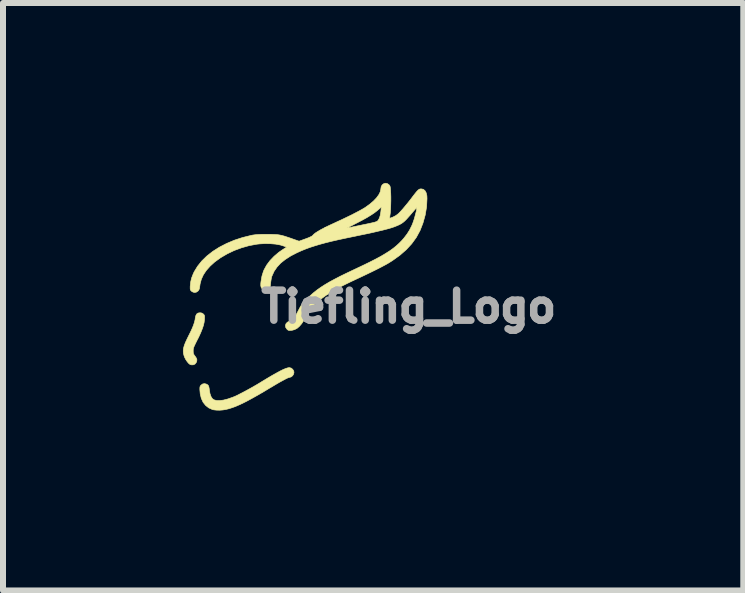
<source format=kicad_pcb>
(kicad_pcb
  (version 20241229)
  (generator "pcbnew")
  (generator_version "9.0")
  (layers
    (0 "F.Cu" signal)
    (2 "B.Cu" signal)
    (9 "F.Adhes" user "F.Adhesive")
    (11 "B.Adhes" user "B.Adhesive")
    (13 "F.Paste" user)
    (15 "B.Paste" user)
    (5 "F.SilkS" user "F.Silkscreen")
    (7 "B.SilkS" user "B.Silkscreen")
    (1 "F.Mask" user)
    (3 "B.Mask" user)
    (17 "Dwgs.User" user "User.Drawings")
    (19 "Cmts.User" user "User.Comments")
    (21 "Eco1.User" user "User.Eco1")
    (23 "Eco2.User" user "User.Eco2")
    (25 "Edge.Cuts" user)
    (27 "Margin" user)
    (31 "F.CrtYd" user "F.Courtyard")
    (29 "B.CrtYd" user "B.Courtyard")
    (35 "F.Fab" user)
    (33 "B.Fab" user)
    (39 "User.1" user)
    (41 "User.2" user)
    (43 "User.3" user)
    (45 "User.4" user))
  (footprint "Tiefling_Logo"
    (layer "F.Cu")
    (at 2.012 2.139)
    (property "Reference" "Tiefling_Logo" (at 1.753 -0.076 0) (layer "F.Fab") (effects (font (size 0.5 0.5) (thickness 0.125))))
    (attr through_hole)
    (fp_poly (pts (xy -1.697 0.03) (xy -1.674 0.044) (xy -1.671 0.047) (xy -1.66 0.059) (xy -1.654 0.071) (xy -1.651 0.087) (xy -1.652 0.113) (xy -1.653 0.138) (xy -1.659 0.187) (xy -1.671 0.238) (xy -1.69 0.294) (xy -1.716 0.359) (xy -1.75 0.433) (xy -1.777 0.485) (xy -1.801 0.533) (xy -1.818 0.569) (xy -1.83 0.596) (xy -1.837 0.617) (xy -1.84 0.636) (xy -1.841 0.655) (xy -1.841 0.66) (xy -1.84 0.69) (xy -1.835 0.712) (xy -1.822 0.734) (xy -1.81 0.749) (xy -1.788 0.782) (xy -1.779 0.81) (xy -1.783 0.837) (xy -1.79 0.854) (xy -1.812 0.881) (xy -1.842 0.894) (xy -1.876 0.893) (xy -1.897 0.885) (xy -1.918 0.868) (xy -1.942 0.839) (xy -1.965 0.805) (xy -1.984 0.768) (xy -1.994 0.741) (xy -2.004 0.701) (xy -2.007 0.662) (xy -2.003 0.62) (xy -1.991 0.575) (xy -1.971 0.522) (xy -1.942 0.46) (xy -1.922 0.419) (xy -1.885 0.345) (xy -1.856 0.282) (xy -1.835 0.229) (xy -1.82 0.183) (xy -1.81 0.142) (xy -1.807 0.118) (xy -1.798 0.075) (xy -1.783 0.046) (xy -1.76 0.03) (xy -1.727 0.025) (xy -1.697 0.03)) (stroke (width 0.01) (type solid)) (fill yes) (layer "F.SilkS"))
    (fp_poly (pts (xy -0.207 0.948) (xy -0.182 0.968) (xy -0.165 0.996) (xy -0.161 1.02) (xy -0.167 1.048) (xy -0.183 1.074) (xy -0.205 1.093) (xy -0.228 1.101) (xy -0.228 1.101) (xy -0.243 1.104) (xy -0.267 1.113) (xy -0.3 1.129) (xy -0.343 1.152) (xy -0.398 1.182) (xy -0.465 1.221) (xy -0.545 1.269) (xy -0.553 1.273) (xy -0.667 1.342) (xy -0.769 1.401) (xy -0.86 1.452) (xy -0.941 1.496) (xy -1.014 1.533) (xy -1.079 1.563) (xy -1.139 1.589) (xy -1.195 1.609) (xy -1.249 1.626) (xy -1.298 1.638) (xy -1.347 1.646) (xy -1.4 1.65) (xy -1.452 1.649) (xy -1.497 1.644) (xy -1.52 1.639) (xy -1.582 1.611) (xy -1.634 1.57) (xy -1.676 1.517) (xy -1.706 1.452) (xy -1.724 1.377) (xy -1.73 1.309) (xy -1.73 1.277) (xy -1.727 1.257) (xy -1.719 1.242) (xy -1.712 1.233) (xy -1.683 1.212) (xy -1.651 1.207) (xy -1.622 1.214) (xy -1.602 1.225) (xy -1.589 1.238) (xy -1.58 1.26) (xy -1.574 1.292) (xy -1.571 1.317) (xy -1.561 1.374) (xy -1.544 1.422) (xy -1.522 1.457) (xy -1.496 1.476) (xy -1.454 1.488) (xy -1.399 1.489) (xy -1.335 1.481) (xy -1.262 1.462) (xy -1.182 1.434) (xy -1.142 1.418) (xy -1.1 1.398) (xy -1.046 1.37) (xy -0.984 1.338) (xy -0.916 1.301) (xy -0.846 1.262) (xy -0.777 1.222) (xy -0.712 1.183) (xy -0.703 1.177) (xy -0.607 1.119) (xy -0.524 1.07) (xy -0.453 1.03) (xy -0.394 0.998) (xy -0.344 0.973) (xy -0.303 0.956) (xy -0.27 0.945) (xy -0.244 0.94) (xy -0.237 0.94) (xy -0.207 0.948)) (stroke (width 0.01) (type solid)) (fill yes) (layer "F.SilkS"))
    (fp_poly (pts (xy 1.394 -2.129) (xy 1.422 -2.11) (xy 1.431 -2.1) (xy 1.438 -2.089) (xy 1.443 -2.075) (xy 1.446 -2.054) (xy 1.449 -2.023) (xy 1.451 -1.978) (xy 1.452 -1.971) (xy 1.454 -1.908) (xy 1.454 -1.838) (xy 1.452 -1.767) (xy 1.449 -1.699) (xy 1.445 -1.639) (xy 1.439 -1.596) (xy 1.436 -1.571) (xy 1.435 -1.555) (xy 1.435 -1.551) (xy 1.443 -1.553) (xy 1.463 -1.56) (xy 1.49 -1.57) (xy 1.491 -1.571) (xy 1.538 -1.595) (xy 1.58 -1.627) (xy 1.586 -1.633) (xy 1.615 -1.663) (xy 1.652 -1.704) (xy 1.694 -1.754) (xy 1.74 -1.81) (xy 1.788 -1.871) (xy 1.831 -1.928) (xy 1.864 -1.97) (xy 1.89 -2.001) (xy 1.91 -2.021) (xy 1.928 -2.034) (xy 1.945 -2.039) (xy 1.96 -2.04) (xy 1.995 -2.033) (xy 2.023 -2.011) (xy 2.043 -1.975) (xy 2.055 -1.925) (xy 2.057 -1.878) (xy 2.05 -1.741) (xy 2.027 -1.604) (xy 1.99 -1.471) (xy 1.941 -1.345) (xy 1.939 -1.342) (xy 1.879 -1.231) (xy 1.802 -1.125) (xy 1.711 -1.026) (xy 1.603 -0.932) (xy 1.48 -0.844) (xy 1.408 -0.799) (xy 1.356 -0.77) (xy 1.29 -0.735) (xy 1.21 -0.694) (xy 1.118 -0.649) (xy 1.014 -0.599) (xy 0.901 -0.546) (xy 0.794 -0.496) (xy 0.7 -0.45) (xy 0.618 -0.409) (xy 0.545 -0.37) (xy 0.48 -0.332) (xy 0.421 -0.296) (xy 0.364 -0.258) (xy 0.31 -0.219) (xy 0.301 -0.212) (xy 0.239 -0.164) (xy 0.189 -0.12) (xy 0.148 -0.078) (xy 0.113 -0.035) (xy 0.08 0.015) (xy 0.048 0.072) (xy 0.047 0.076) (xy 0.006 0.149) (xy -0.033 0.208) (xy -0.071 0.252) (xy -0.109 0.285) (xy -0.15 0.306) (xy -0.194 0.318) (xy -0.208 0.319) (xy -0.235 0.321) (xy -0.253 0.318) (xy -0.268 0.309) (xy -0.279 0.298) (xy -0.299 0.269) (xy -0.303 0.238) (xy -0.294 0.208) (xy -0.271 0.183) (xy -0.236 0.165) (xy -0.224 0.162) (xy -0.205 0.155) (xy -0.187 0.144) (xy -0.169 0.127) (xy -0.15 0.101) (xy -0.129 0.066) (xy -0.103 0.018) (xy -0.083 -0.021) (xy -0.061 -0.063) (xy -0.042 -0.095) (xy -0.024 -0.122) (xy -0.002 -0.149) (xy 0.027 -0.179) (xy 0.059 -0.212) (xy 0.112 -0.262) (xy 0.166 -0.309) (xy 0.223 -0.354) (xy 0.285 -0.398) (xy 0.353 -0.442) (xy 0.429 -0.487) (xy 0.514 -0.533) (xy 0.61 -0.583) (xy 0.719 -0.636) (xy 0.841 -0.694) (xy 0.86 -0.703) (xy 0.987 -0.763) (xy 1.1 -0.818) (xy 1.2 -0.869) (xy 1.288 -0.916) (xy 1.365 -0.962) (xy 1.433 -1.005) (xy 1.493 -1.048) (xy 1.546 -1.091) (xy 1.594 -1.135) (xy 1.638 -1.18) (xy 1.672 -1.219) (xy 1.725 -1.288) (xy 1.767 -1.355) (xy 1.803 -1.427) (xy 1.816 -1.458) (xy 1.828 -1.491) (xy 1.842 -1.532) (xy 1.855 -1.578) (xy 1.867 -1.624) (xy 1.878 -1.666) (xy 1.885 -1.701) (xy 1.888 -1.724) (xy 1.888 -1.726) (xy 1.883 -1.724) (xy 1.869 -1.71) (xy 1.848 -1.687) (xy 1.822 -1.657) (xy 1.805 -1.637) (xy 1.772 -1.598) (xy 1.739 -1.561) (xy 1.71 -1.529) (xy 1.686 -1.505) (xy 1.68 -1.5) (xy 1.655 -1.479) (xy 1.627 -1.46) (xy 1.594 -1.442) (xy 1.555 -1.425) (xy 1.51 -1.407) (xy 1.456 -1.389) (xy 1.392 -1.371) (xy 1.319 -1.352) (xy 1.233 -1.332) (xy 1.135 -1.309) (xy 1.022 -1.285) (xy 0.895 -1.259) (xy 0.864 -1.252) (xy 0.718 -1.222) (xy 0.587 -1.194) (xy 0.469 -1.167) (xy 0.364 -1.141) (xy 0.269 -1.115) (xy 0.183 -1.089) (xy 0.105 -1.064) (xy 0.032 -1.037) (xy -0.037 -1.009) (xy -0.103 -0.979) (xy -0.106 -0.978) (xy -0.213 -0.923) (xy -0.305 -0.864) (xy -0.382 -0.803) (xy -0.443 -0.737) (xy -0.492 -0.666) (xy -0.527 -0.589) (xy -0.53 -0.583) (xy -0.537 -0.557) (xy -0.543 -0.521) (xy -0.549 -0.481) (xy -0.55 -0.47) (xy -0.554 -0.433) (xy -0.558 -0.409) (xy -0.564 -0.393) (xy -0.574 -0.38) (xy -0.583 -0.371) (xy -0.615 -0.351) (xy -0.647 -0.349) (xy -0.678 -0.363) (xy -0.681 -0.365) (xy -0.699 -0.383) (xy -0.71 -0.403) (xy -0.715 -0.43) (xy -0.714 -0.467) (xy -0.711 -0.493) (xy -0.695 -0.586) (xy -0.67 -0.666) (xy -0.658 -0.694) (xy -0.616 -0.77) (xy -0.56 -0.845) (xy -0.492 -0.916) (xy -0.416 -0.981) (xy -0.36 -1.02) (xy -0.284 -1.069) (xy -0.326 -1.085) (xy -0.39 -1.105) (xy -0.466 -1.119) (xy -0.551 -1.126) (xy -0.641 -1.128) (xy -0.731 -1.123) (xy -0.779 -1.118) (xy -0.908 -1.094) (xy -1.035 -1.058) (xy -1.159 -1.012) (xy -1.276 -0.956) (xy -1.385 -0.892) (xy -1.483 -0.821) (xy -1.558 -0.753) (xy -1.622 -0.681) (xy -1.671 -0.608) (xy -1.705 -0.534) (xy -1.726 -0.456) (xy -1.731 -0.42) (xy -1.736 -0.385) (xy -1.743 -0.363) (xy -1.754 -0.345) (xy -1.761 -0.337) (xy -1.791 -0.317) (xy -1.825 -0.313) (xy -1.857 -0.325) (xy -1.869 -0.334) (xy -1.881 -0.346) (xy -1.888 -0.358) (xy -1.891 -0.376) (xy -1.891 -0.405) (xy -1.891 -0.414) (xy -1.884 -0.485) (xy -1.868 -0.553) (xy -1.84 -0.625) (xy -1.825 -0.657) (xy -1.769 -0.749) (xy -1.699 -0.837) (xy -1.614 -0.92) (xy -1.516 -0.997) (xy -1.406 -1.067) (xy -1.286 -1.129) (xy -1.156 -1.184) (xy -1.018 -1.229) (xy -0.873 -1.265) (xy -0.859 -1.268) (xy -0.826 -1.273) (xy -0.79 -1.277) (xy -0.748 -1.28) (xy -0.697 -1.282) (xy -0.634 -1.282) (xy -0.605 -1.282) (xy -0.543 -1.282) (xy -0.492 -1.28) (xy -0.448 -1.278) (xy -0.408 -1.273) (xy -0.369 -1.265) (xy -0.327 -1.254) (xy -0.278 -1.238) (xy -0.218 -1.218) (xy -0.176 -1.203) (xy -0.076 -1.168) (xy 0.032 -1.207) (xy 0.075 -1.223) (xy 0.111 -1.239) (xy 0.137 -1.252) (xy 0.15 -1.262) (xy 0.15 -1.262) (xy 0.168 -1.282) (xy 0.195 -1.304) (xy 0.234 -1.329) (xy 0.283 -1.358) (xy 0.342 -1.389) (xy 0.73 -1.389) (xy 0.73 -1.389) (xy 0.74 -1.39) (xy 0.763 -1.395) (xy 0.799 -1.402) (xy 0.843 -1.411) (xy 0.894 -1.422) (xy 0.916 -1.426) (xy 0.995 -1.443) (xy 1.059 -1.456) (xy 1.11 -1.467) (xy 1.15 -1.476) (xy 1.18 -1.483) (xy 1.201 -1.49) (xy 1.216 -1.495) (xy 1.227 -1.501) (xy 1.234 -1.507) (xy 1.24 -1.513) (xy 1.243 -1.517) (xy 1.262 -1.55) (xy 1.277 -1.597) (xy 1.287 -1.657) (xy 1.29 -1.684) (xy 1.295 -1.739) (xy 1.268 -1.713) (xy 1.225 -1.676) (xy 1.177 -1.639) (xy 1.121 -1.602) (xy 1.056 -1.562) (xy 0.98 -1.52) (xy 0.89 -1.473) (xy 0.874 -1.465) (xy 0.828 -1.441) (xy 0.789 -1.421) (xy 0.758 -1.405) (xy 0.738 -1.394) (xy 0.73 -1.389) (xy 0.342 -1.389) (xy 0.345 -1.391) (xy 0.421 -1.428) (xy 0.512 -1.47) (xy 0.546 -1.486) (xy 0.629 -1.524) (xy 0.71 -1.563) (xy 0.789 -1.601) (xy 0.861 -1.638) (xy 0.926 -1.672) (xy 0.98 -1.702) (xy 1.022 -1.727) (xy 1.031 -1.733) (xy 1.103 -1.785) (xy 1.165 -1.838) (xy 1.215 -1.89) (xy 1.253 -1.942) (xy 1.277 -1.99) (xy 1.287 -2.034) (xy 1.287 -2.039) (xy 1.293 -2.077) (xy 1.31 -2.107) (xy 1.335 -2.126) (xy 1.364 -2.134) (xy 1.394 -2.129)) (stroke (width 0.01) (type solid)) (fill yes) (layer "F.SilkS")))
  (gr_rect
    (start -3 -3)
    (end 9.342 6.794)
    (stroke (width 0.1) (type default))
    (fill no)
    (layer "Edge.Cuts")))
</source>
